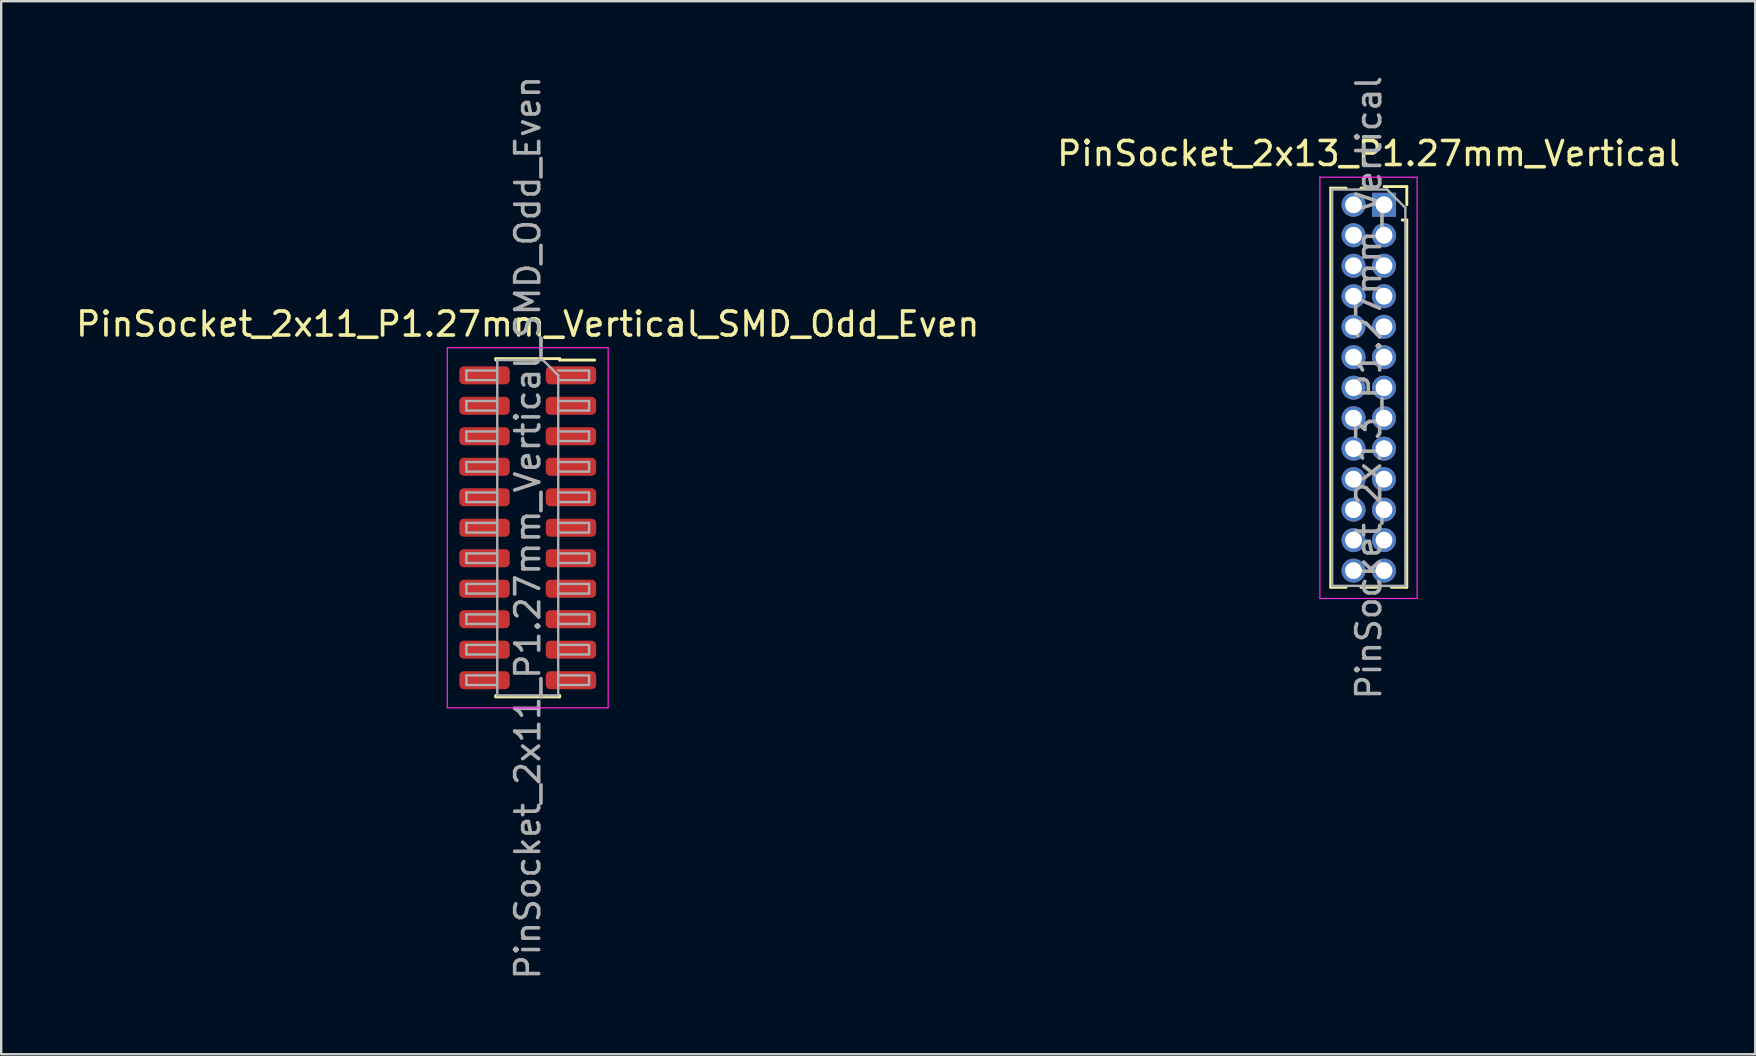
<source format=kicad_pcb>
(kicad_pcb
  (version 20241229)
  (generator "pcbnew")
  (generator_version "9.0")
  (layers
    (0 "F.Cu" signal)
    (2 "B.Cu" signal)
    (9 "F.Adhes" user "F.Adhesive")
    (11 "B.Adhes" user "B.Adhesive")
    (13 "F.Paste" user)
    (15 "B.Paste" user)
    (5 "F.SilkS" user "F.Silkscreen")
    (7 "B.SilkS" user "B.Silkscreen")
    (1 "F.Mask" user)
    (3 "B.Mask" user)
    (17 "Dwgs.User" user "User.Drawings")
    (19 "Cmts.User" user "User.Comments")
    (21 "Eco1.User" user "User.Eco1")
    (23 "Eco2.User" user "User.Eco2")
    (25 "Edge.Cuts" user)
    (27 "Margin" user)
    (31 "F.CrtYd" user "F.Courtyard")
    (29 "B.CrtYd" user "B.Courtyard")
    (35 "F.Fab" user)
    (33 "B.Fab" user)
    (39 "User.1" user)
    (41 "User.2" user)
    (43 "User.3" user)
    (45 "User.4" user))
  (footprint "PinSocket_2x13_P1.27mm_Vertical"
    (layer "F.Cu")
    (at 54.605 5.481)
    (property "Reference" "PinSocket_2x13_P1.27mm_Vertical" (at -0.635 -2.135 0) (layer "F.SilkS") (effects (font (size 1 1) (thickness 0.15))))
    (attr through_hole)
    (fp_line (start -2.22 -0.695) (end -2.22 15.935) (stroke (width 0.12) (type solid)) (layer "F.SilkS"))
    (fp_line (start -2.22 -0.695) (end -1.578 -0.695) (stroke (width 0.12) (type solid)) (layer "F.SilkS"))
    (fp_line (start -2.22 15.935) (end -1.578 15.935) (stroke (width 0.12) (type solid)) (layer "F.SilkS"))
    (fp_line (start -0.962 -0.695) (end -0.76 -0.695) (stroke (width 0.12) (type solid)) (layer "F.SilkS"))
    (fp_line (start -0.962 15.935) (end -0.308 15.935) (stroke (width 0.12) (type solid)) (layer "F.SilkS"))
    (fp_line (start 0 -0.76) (end 0.95 -0.76) (stroke (width 0.12) (type solid)) (layer "F.SilkS"))
    (fp_line (start 0.308 15.935) (end 0.95 15.935) (stroke (width 0.12) (type solid)) (layer "F.SilkS"))
    (fp_line (start 0.76 0.635) (end 0.95 0.635) (stroke (width 0.12) (type solid)) (layer "F.SilkS"))
    (fp_line (start 0.95 -0.76) (end 0.95 0) (stroke (width 0.12) (type solid)) (layer "F.SilkS"))
    (fp_line (start 0.95 0.635) (end 0.95 15.935) (stroke (width 0.12) (type solid)) (layer "F.SilkS"))
    (fp_line (start -2.67 -1.15) (end 1.38 -1.15) (stroke (width 0.05) (type solid)) (layer "F.CrtYd"))
    (fp_line (start -2.67 16.4) (end -2.67 -1.15) (stroke (width 0.05) (type solid)) (layer "F.CrtYd"))
    (fp_line (start 1.38 -1.15) (end 1.38 16.4) (stroke (width 0.05) (type solid)) (layer "F.CrtYd"))
    (fp_line (start 1.38 16.4) (end -2.67 16.4) (stroke (width 0.05) (type solid)) (layer "F.CrtYd"))
    (fp_line (start -2.16 -0.635) (end 0.128 -0.635) (stroke (width 0.1) (type solid)) (layer "F.Fab"))
    (fp_line (start -2.16 15.875) (end -2.16 -0.635) (stroke (width 0.1) (type solid)) (layer "F.Fab"))
    (fp_line (start 0.128 -0.635) (end 0.89 0.128) (stroke (width 0.1) (type solid)) (layer "F.Fab"))
    (fp_line (start 0.89 0.128) (end 0.89 15.875) (stroke (width 0.1) (type solid)) (layer "F.Fab"))
    (fp_line (start 0.89 15.875) (end -2.16 15.875) (stroke (width 0.1) (type solid)) (layer "F.Fab"))
    (fp_text user "${REFERENCE}" (at -0.635 7.62 90) (layer "F.Fab") (effects (font (size 1 1) (thickness 0.15))))
    (pad "1" thru_hole rect (at 0 0) (size 1 1) (drill 0.7) (layers "*.Cu" "*.Mask"))
    (pad "2" thru_hole oval (at -1.27 0) (size 1 1) (drill 0.7) (layers "*.Cu" "*.Mask"))
    (pad "3" thru_hole oval (at 0 1.27) (size 1 1) (drill 0.7) (layers "*.Cu" "*.Mask"))
    (pad "4" thru_hole oval (at -1.27 1.27) (size 1 1) (drill 0.7) (layers "*.Cu" "*.Mask"))
    (pad "5" thru_hole oval (at 0 2.54) (size 1 1) (drill 0.7) (layers "*.Cu" "*.Mask"))
    (pad "6" thru_hole oval (at -1.27 2.54) (size 1 1) (drill 0.7) (layers "*.Cu" "*.Mask"))
    (pad "7" thru_hole oval (at 0 3.81) (size 1 1) (drill 0.7) (layers "*.Cu" "*.Mask"))
    (pad "8" thru_hole oval (at -1.27 3.81) (size 1 1) (drill 0.7) (layers "*.Cu" "*.Mask"))
    (pad "9" thru_hole oval (at 0 5.08) (size 1 1) (drill 0.7) (layers "*.Cu" "*.Mask"))
    (pad "10" thru_hole oval (at -1.27 5.08) (size 1 1) (drill 0.7) (layers "*.Cu" "*.Mask"))
    (pad "11" thru_hole oval (at 0 6.35) (size 1 1) (drill 0.7) (layers "*.Cu" "*.Mask"))
    (pad "12" thru_hole oval (at -1.27 6.35) (size 1 1) (drill 0.7) (layers "*.Cu" "*.Mask"))
    (pad "13" thru_hole oval (at 0 7.62) (size 1 1) (drill 0.7) (layers "*.Cu" "*.Mask"))
    (pad "14" thru_hole oval (at -1.27 7.62) (size 1 1) (drill 0.7) (layers "*.Cu" "*.Mask"))
    (pad "15" thru_hole oval (at 0 8.89) (size 1 1) (drill 0.7) (layers "*.Cu" "*.Mask"))
    (pad "16" thru_hole oval (at -1.27 8.89) (size 1 1) (drill 0.7) (layers "*.Cu" "*.Mask"))
    (pad "17" thru_hole oval (at 0 10.16) (size 1 1) (drill 0.7) (layers "*.Cu" "*.Mask"))
    (pad "18" thru_hole oval (at -1.27 10.16) (size 1 1) (drill 0.7) (layers "*.Cu" "*.Mask"))
    (pad "19" thru_hole oval (at 0 11.43) (size 1 1) (drill 0.7) (layers "*.Cu" "*.Mask"))
    (pad "20" thru_hole oval (at -1.27 11.43) (size 1 1) (drill 0.7) (layers "*.Cu" "*.Mask"))
    (pad "21" thru_hole oval (at 0 12.7) (size 1 1) (drill 0.7) (layers "*.Cu" "*.Mask"))
    (pad "22" thru_hole oval (at -1.27 12.7) (size 1 1) (drill 0.7) (layers "*.Cu" "*.Mask"))
    (pad "23" thru_hole oval (at 0 13.97) (size 1 1) (drill 0.7) (layers "*.Cu" "*.Mask"))
    (pad "24" thru_hole oval (at -1.27 13.97) (size 1 1) (drill 0.7) (layers "*.Cu" "*.Mask"))
    (pad "25" thru_hole oval (at 0 15.24) (size 1 1) (drill 0.7) (layers "*.Cu" "*.Mask"))
    (pad "26" thru_hole oval (at -1.27 15.24) (size 1 1) (drill 0.7) (layers "*.Cu" "*.Mask")))
  (footprint "PinSocket_2x11_P1.27mm_Vertical_SMD_Odd_Even"
    (layer "F.Cu")
    (at 18.935 18.935)
    (property "Reference" "PinSocket_2x11_P1.27mm_Vertical_SMD_Odd_Even" (at 0 -8.485 0) (layer "F.SilkS") (effects (font (size 1 1) (thickness 0.15))))
    (attr smd)
    (fp_line (start -1.33 -7.045) (end -1.33 -6.985) (stroke (width 0.12) (type solid)) (layer "F.SilkS"))
    (fp_line (start -1.33 -7.045) (end 1.33 -7.045) (stroke (width 0.12) (type solid)) (layer "F.SilkS"))
    (fp_line (start -1.33 6.985) (end -1.33 7.045) (stroke (width 0.12) (type solid)) (layer "F.SilkS"))
    (fp_line (start -1.33 7.045) (end 1.33 7.045) (stroke (width 0.12) (type solid)) (layer "F.SilkS"))
    (fp_line (start 1.33 -7.045) (end 1.33 -6.985) (stroke (width 0.12) (type solid)) (layer "F.SilkS"))
    (fp_line (start 1.33 -6.985) (end 2.79 -6.985) (stroke (width 0.12) (type solid)) (layer "F.SilkS"))
    (fp_line (start 1.33 6.985) (end 1.33 7.045) (stroke (width 0.12) (type solid)) (layer "F.SilkS"))
    (fp_line (start -3.35 -7.5) (end 3.35 -7.5) (stroke (width 0.05) (type solid)) (layer "F.CrtYd"))
    (fp_line (start -3.35 7.5) (end -3.35 -7.5) (stroke (width 0.05) (type solid)) (layer "F.CrtYd"))
    (fp_line (start 3.35 -7.5) (end 3.35 7.5) (stroke (width 0.05) (type solid)) (layer "F.CrtYd"))
    (fp_line (start 3.35 7.5) (end -3.35 7.5) (stroke (width 0.05) (type solid)) (layer "F.CrtYd"))
    (fp_line (start -2.555 -6.55) (end -1.27 -6.55) (stroke (width 0.1) (type solid)) (layer "F.Fab"))
    (fp_line (start -2.555 -6.15) (end -2.555 -6.55) (stroke (width 0.1) (type solid)) (layer "F.Fab"))
    (fp_line (start -2.555 -5.28) (end -1.27 -5.28) (stroke (width 0.1) (type solid)) (layer "F.Fab"))
    (fp_line (start -2.555 -4.88) (end -2.555 -5.28) (stroke (width 0.1) (type solid)) (layer "F.Fab"))
    (fp_line (start -2.555 -4.01) (end -1.27 -4.01) (stroke (width 0.1) (type solid)) (layer "F.Fab"))
    (fp_line (start -2.555 -3.61) (end -2.555 -4.01) (stroke (width 0.1) (type solid)) (layer "F.Fab"))
    (fp_line (start -2.555 -2.74) (end -1.27 -2.74) (stroke (width 0.1) (type solid)) (layer "F.Fab"))
    (fp_line (start -2.555 -2.34) (end -2.555 -2.74) (stroke (width 0.1) (type solid)) (layer "F.Fab"))
    (fp_line (start -2.555 -1.47) (end -1.27 -1.47) (stroke (width 0.1) (type solid)) (layer "F.Fab"))
    (fp_line (start -2.555 -1.07) (end -2.555 -1.47) (stroke (width 0.1) (type solid)) (layer "F.Fab"))
    (fp_line (start -2.555 -0.2) (end -1.27 -0.2) (stroke (width 0.1) (type solid)) (layer "F.Fab"))
    (fp_line (start -2.555 0.2) (end -2.555 -0.2) (stroke (width 0.1) (type solid)) (layer "F.Fab"))
    (fp_line (start -2.555 1.07) (end -1.27 1.07) (stroke (width 0.1) (type solid)) (layer "F.Fab"))
    (fp_line (start -2.555 1.47) (end -2.555 1.07) (stroke (width 0.1) (type solid)) (layer "F.Fab"))
    (fp_line (start -2.555 2.34) (end -1.27 2.34) (stroke (width 0.1) (type solid)) (layer "F.Fab"))
    (fp_line (start -2.555 2.74) (end -2.555 2.34) (stroke (width 0.1) (type solid)) (layer "F.Fab"))
    (fp_line (start -2.555 3.61) (end -1.27 3.61) (stroke (width 0.1) (type solid)) (layer "F.Fab"))
    (fp_line (start -2.555 4.01) (end -2.555 3.61) (stroke (width 0.1) (type solid)) (layer "F.Fab"))
    (fp_line (start -2.555 4.88) (end -1.27 4.88) (stroke (width 0.1) (type solid)) (layer "F.Fab"))
    (fp_line (start -2.555 5.28) (end -2.555 4.88) (stroke (width 0.1) (type solid)) (layer "F.Fab"))
    (fp_line (start -2.555 6.15) (end -1.27 6.15) (stroke (width 0.1) (type solid)) (layer "F.Fab"))
    (fp_line (start -2.555 6.55) (end -2.555 6.15) (stroke (width 0.1) (type solid)) (layer "F.Fab"))
    (fp_line (start -1.27 -6.985) (end 0.635 -6.985) (stroke (width 0.1) (type solid)) (layer "F.Fab"))
    (fp_line (start -1.27 -6.15) (end -2.555 -6.15) (stroke (width 0.1) (type solid)) (layer "F.Fab"))
    (fp_line (start -1.27 -4.88) (end -2.555 -4.88) (stroke (width 0.1) (type solid)) (layer "F.Fab"))
    (fp_line (start -1.27 -3.61) (end -2.555 -3.61) (stroke (width 0.1) (type solid)) (layer "F.Fab"))
    (fp_line (start -1.27 -2.34) (end -2.555 -2.34) (stroke (width 0.1) (type solid)) (layer "F.Fab"))
    (fp_line (start -1.27 -1.07) (end -2.555 -1.07) (stroke (width 0.1) (type solid)) (layer "F.Fab"))
    (fp_line (start -1.27 0.2) (end -2.555 0.2) (stroke (width 0.1) (type solid)) (layer "F.Fab"))
    (fp_line (start -1.27 1.47) (end -2.555 1.47) (stroke (width 0.1) (type solid)) (layer "F.Fab"))
    (fp_line (start -1.27 2.74) (end -2.555 2.74) (stroke (width 0.1) (type solid)) (layer "F.Fab"))
    (fp_line (start -1.27 4.01) (end -2.555 4.01) (stroke (width 0.1) (type solid)) (layer "F.Fab"))
    (fp_line (start -1.27 5.28) (end -2.555 5.28) (stroke (width 0.1) (type solid)) (layer "F.Fab"))
    (fp_line (start -1.27 6.55) (end -2.555 6.55) (stroke (width 0.1) (type solid)) (layer "F.Fab"))
    (fp_line (start -1.27 6.985) (end -1.27 -6.985) (stroke (width 0.1) (type solid)) (layer "F.Fab"))
    (fp_line (start 0.635 -6.985) (end 1.27 -6.35) (stroke (width 0.1) (type solid)) (layer "F.Fab"))
    (fp_line (start 1.27 -6.55) (end 2.555 -6.55) (stroke (width 0.1) (type solid)) (layer "F.Fab"))
    (fp_line (start 1.27 -6.35) (end 1.27 6.985) (stroke (width 0.1) (type solid)) (layer "F.Fab"))
    (fp_line (start 1.27 -5.28) (end 2.555 -5.28) (stroke (width 0.1) (type solid)) (layer "F.Fab"))
    (fp_line (start 1.27 -4.01) (end 2.555 -4.01) (stroke (width 0.1) (type solid)) (layer "F.Fab"))
    (fp_line (start 1.27 -2.74) (end 2.555 -2.74) (stroke (width 0.1) (type solid)) (layer "F.Fab"))
    (fp_line (start 1.27 -1.47) (end 2.555 -1.47) (stroke (width 0.1) (type solid)) (layer "F.Fab"))
    (fp_line (start 1.27 -0.2) (end 2.555 -0.2) (stroke (width 0.1) (type solid)) (layer "F.Fab"))
    (fp_line (start 1.27 1.07) (end 2.555 1.07) (stroke (width 0.1) (type solid)) (layer "F.Fab"))
    (fp_line (start 1.27 2.34) (end 2.555 2.34) (stroke (width 0.1) (type solid)) (layer "F.Fab"))
    (fp_line (start 1.27 3.61) (end 2.555 3.61) (stroke (width 0.1) (type solid)) (layer "F.Fab"))
    (fp_line (start 1.27 4.88) (end 2.555 4.88) (stroke (width 0.1) (type solid)) (layer "F.Fab"))
    (fp_line (start 1.27 6.15) (end 2.555 6.15) (stroke (width 0.1) (type solid)) (layer "F.Fab"))
    (fp_line (start 1.27 6.985) (end -1.27 6.985) (stroke (width 0.1) (type solid)) (layer "F.Fab"))
    (fp_line (start 2.555 -6.55) (end 2.555 -6.15) (stroke (width 0.1) (type solid)) (layer "F.Fab"))
    (fp_line (start 2.555 -6.15) (end 1.27 -6.15) (stroke (width 0.1) (type solid)) (layer "F.Fab"))
    (fp_line (start 2.555 -5.28) (end 2.555 -4.88) (stroke (width 0.1) (type solid)) (layer "F.Fab"))
    (fp_line (start 2.555 -4.88) (end 1.27 -4.88) (stroke (width 0.1) (type solid)) (layer "F.Fab"))
    (fp_line (start 2.555 -4.01) (end 2.555 -3.61) (stroke (width 0.1) (type solid)) (layer "F.Fab"))
    (fp_line (start 2.555 -3.61) (end 1.27 -3.61) (stroke (width 0.1) (type solid)) (layer "F.Fab"))
    (fp_line (start 2.555 -2.74) (end 2.555 -2.34) (stroke (width 0.1) (type solid)) (layer "F.Fab"))
    (fp_line (start 2.555 -2.34) (end 1.27 -2.34) (stroke (width 0.1) (type solid)) (layer "F.Fab"))
    (fp_line (start 2.555 -1.47) (end 2.555 -1.07) (stroke (width 0.1) (type solid)) (layer "F.Fab"))
    (fp_line (start 2.555 -1.07) (end 1.27 -1.07) (stroke (width 0.1) (type solid)) (layer "F.Fab"))
    (fp_line (start 2.555 -0.2) (end 2.555 0.2) (stroke (width 0.1) (type solid)) (layer "F.Fab"))
    (fp_line (start 2.555 0.2) (end 1.27 0.2) (stroke (width 0.1) (type solid)) (layer "F.Fab"))
    (fp_line (start 2.555 1.07) (end 2.555 1.47) (stroke (width 0.1) (type solid)) (layer "F.Fab"))
    (fp_line (start 2.555 1.47) (end 1.27 1.47) (stroke (width 0.1) (type solid)) (layer "F.Fab"))
    (fp_line (start 2.555 2.34) (end 2.555 2.74) (stroke (width 0.1) (type solid)) (layer "F.Fab"))
    (fp_line (start 2.555 2.74) (end 1.27 2.74) (stroke (width 0.1) (type solid)) (layer "F.Fab"))
    (fp_line (start 2.555 3.61) (end 2.555 4.01) (stroke (width 0.1) (type solid)) (layer "F.Fab"))
    (fp_line (start 2.555 4.01) (end 1.27 4.01) (stroke (width 0.1) (type solid)) (layer "F.Fab"))
    (fp_line (start 2.555 4.88) (end 2.555 5.28) (stroke (width 0.1) (type solid)) (layer "F.Fab"))
    (fp_line (start 2.555 5.28) (end 1.27 5.28) (stroke (width 0.1) (type solid)) (layer "F.Fab"))
    (fp_line (start 2.555 6.15) (end 2.555 6.55) (stroke (width 0.1) (type solid)) (layer "F.Fab"))
    (fp_line (start 2.555 6.55) (end 1.27 6.55) (stroke (width 0.1) (type solid)) (layer "F.Fab"))
    (fp_text user "${REFERENCE}" (at 0 0 90) (layer "F.Fab") (effects (font (size 1 1) (thickness 0.15))))
    (pad "1" smd roundrect (at -1.8 -6.35) (size 2.1 0.75) (layers "F.Cu" "F.Mask" "F.Paste") (roundrect_rratio 0.25))
    (pad "2" smd roundrect (at 1.8 -6.35) (size 2.1 0.75) (layers "F.Cu" "F.Mask" "F.Paste") (roundrect_rratio 0.25))
    (pad "3" smd roundrect (at -1.8 -5.08) (size 2.1 0.75) (layers "F.Cu" "F.Mask" "F.Paste") (roundrect_rratio 0.25))
    (pad "4" smd roundrect (at 1.8 -5.08) (size 2.1 0.75) (layers "F.Cu" "F.Mask" "F.Paste") (roundrect_rratio 0.25))
    (pad "5" smd roundrect (at -1.8 -3.81) (size 2.1 0.75) (layers "F.Cu" "F.Mask" "F.Paste") (roundrect_rratio 0.25))
    (pad "6" smd roundrect (at 1.8 -3.81) (size 2.1 0.75) (layers "F.Cu" "F.Mask" "F.Paste") (roundrect_rratio 0.25))
    (pad "7" smd roundrect (at -1.8 -2.54) (size 2.1 0.75) (layers "F.Cu" "F.Mask" "F.Paste") (roundrect_rratio 0.25))
    (pad "8" smd roundrect (at 1.8 -2.54) (size 2.1 0.75) (layers "F.Cu" "F.Mask" "F.Paste") (roundrect_rratio 0.25))
    (pad "9" smd roundrect (at -1.8 -1.27) (size 2.1 0.75) (layers "F.Cu" "F.Mask" "F.Paste") (roundrect_rratio 0.25))
    (pad "10" smd roundrect (at 1.8 -1.27) (size 2.1 0.75) (layers "F.Cu" "F.Mask" "F.Paste") (roundrect_rratio 0.25))
    (pad "11" smd roundrect (at -1.8 0) (size 2.1 0.75) (layers "F.Cu" "F.Mask" "F.Paste") (roundrect_rratio 0.25))
    (pad "12" smd roundrect (at 1.8 0) (size 2.1 0.75) (layers "F.Cu" "F.Mask" "F.Paste") (roundrect_rratio 0.25))
    (pad "13" smd roundrect (at -1.8 1.27) (size 2.1 0.75) (layers "F.Cu" "F.Mask" "F.Paste") (roundrect_rratio 0.25))
    (pad "14" smd roundrect (at 1.8 1.27) (size 2.1 0.75) (layers "F.Cu" "F.Mask" "F.Paste") (roundrect_rratio 0.25))
    (pad "15" smd roundrect (at -1.8 2.54) (size 2.1 0.75) (layers "F.Cu" "F.Mask" "F.Paste") (roundrect_rratio 0.25))
    (pad "16" smd roundrect (at 1.8 2.54) (size 2.1 0.75) (layers "F.Cu" "F.Mask" "F.Paste") (roundrect_rratio 0.25))
    (pad "17" smd roundrect (at -1.8 3.81) (size 2.1 0.75) (layers "F.Cu" "F.Mask" "F.Paste") (roundrect_rratio 0.25))
    (pad "18" smd roundrect (at 1.8 3.81) (size 2.1 0.75) (layers "F.Cu" "F.Mask" "F.Paste") (roundrect_rratio 0.25))
    (pad "19" smd roundrect (at -1.8 5.08) (size 2.1 0.75) (layers "F.Cu" "F.Mask" "F.Paste") (roundrect_rratio 0.25))
    (pad "20" smd roundrect (at 1.8 5.08) (size 2.1 0.75) (layers "F.Cu" "F.Mask" "F.Paste") (roundrect_rratio 0.25))
    (pad "21" smd roundrect (at -1.8 6.35) (size 2.1 0.75) (layers "F.Cu" "F.Mask" "F.Paste") (roundrect_rratio 0.25))
    (pad "22" smd roundrect (at 1.8 6.35) (size 2.1 0.75) (layers "F.Cu" "F.Mask" "F.Paste") (roundrect_rratio 0.25)))
  (gr_rect
    (start -3 -3)
    (end 70.071 40.869)
    (stroke (width 0.1) (type default))
    (fill no)
    (layer "Edge.Cuts")))
</source>
